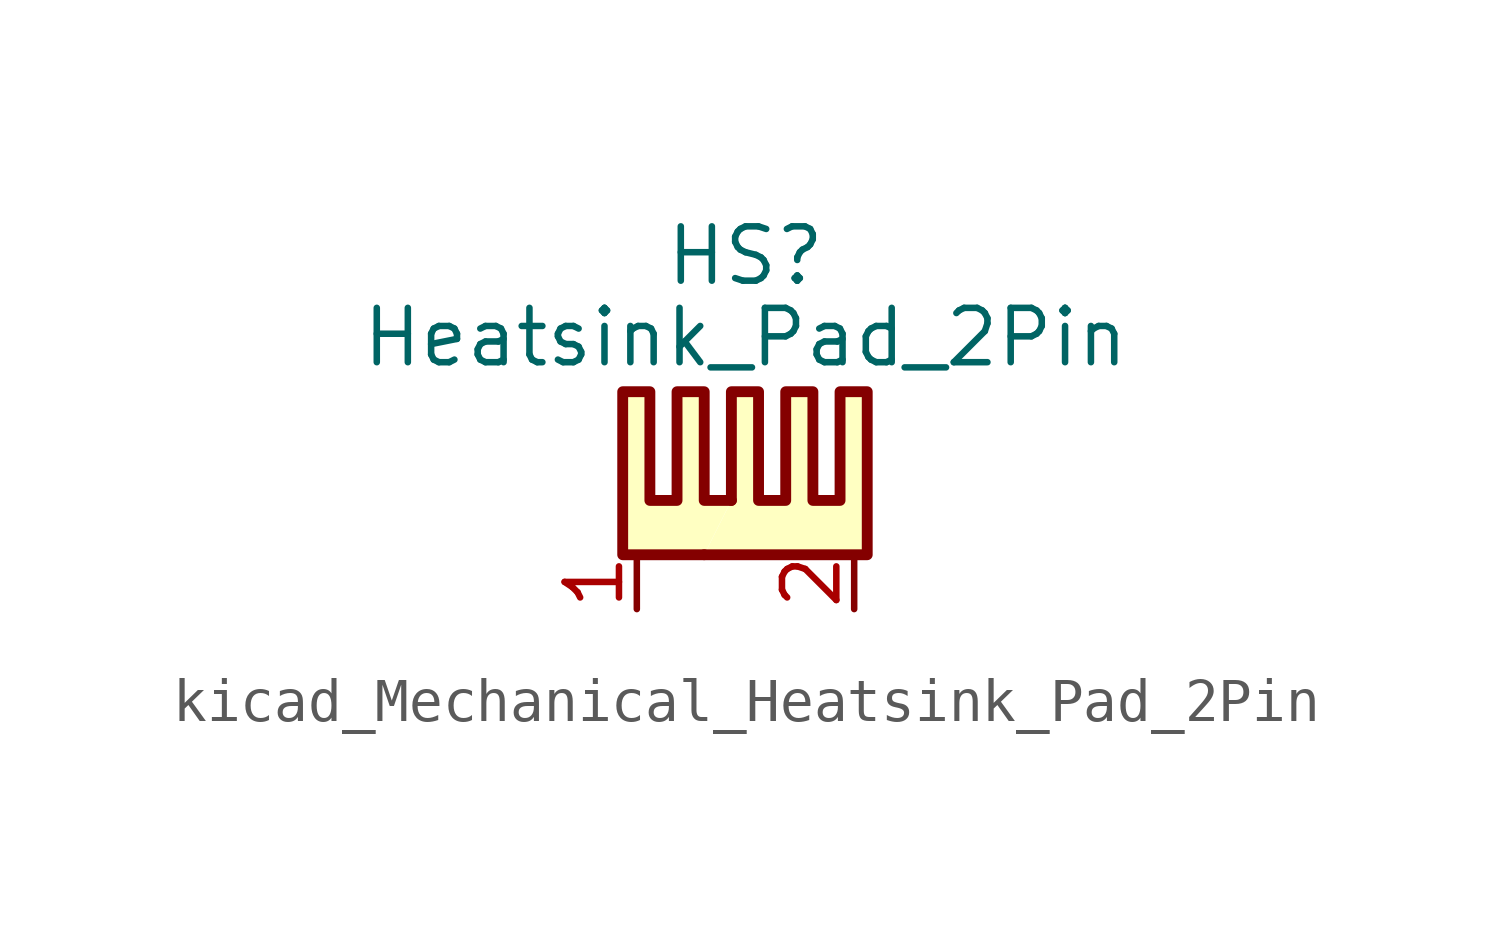
<source format=kicad_sym>
(kicad_symbol_lib
  (version 20220914)
  (generator kicad_symbol_editor)
  (symbol "kicad_Mechanical_Heatsink_Pad_2Pin"
    (pin_names
      (offset 0))
    (property "Reference" "HS"
      (at 0 5.715 0)
      (effects (font (size 1.27 1.27))))
    (property "Value" "Heatsink_Pad_2Pin"
      (at 0 3.81 0)
      (effects (font (size 1.27 1.27))))
    (symbol "kicad_Mechanical_Heatsink_Pad_2Pin_0_1"
      (polyline (pts (xy -0.33 0) (xy -0.965 0) (xy -0.965 2.54) (xy -1.6 2.54) (xy -1.6 0) (xy -2.235 0) (xy -2.235 2.54) (xy -2.87 2.54) (xy -2.87 -1.27) (xy -0.965 -1.27)) (stroke (width 0.254) (type default)) (fill (type background)))
      (polyline (pts (xy -0.33 0) (xy -0.33 2.54) (xy 0.305 2.54) (xy 0.305 0) (xy 0.94 0) (xy 0.94 2.54) (xy 1.575 2.54) (xy 1.575 0) (xy 2.21 0) (xy 2.21 2.54) (xy 2.845 2.54) (xy 2.845 -1.27) (xy -0.965 -1.27)) (stroke (width 0.254) (type default)) (fill (type background))))
    (symbol "kicad_Mechanical_Heatsink_Pad_2Pin_1_1"
      (pin passive line (at -2.54 -2.54 90) (length 1.27) (name "~" (effects (font (size 1.27 1.27)))) (number "1" (effects (font (size 1.27 1.27)))))
      (pin passive line (at 2.54 -2.54 90) (length 1.27) (name "~" (effects (font (size 1.27 1.27)))) (number "2" (effects (font (size 1.27 1.27))))))))
</source>
